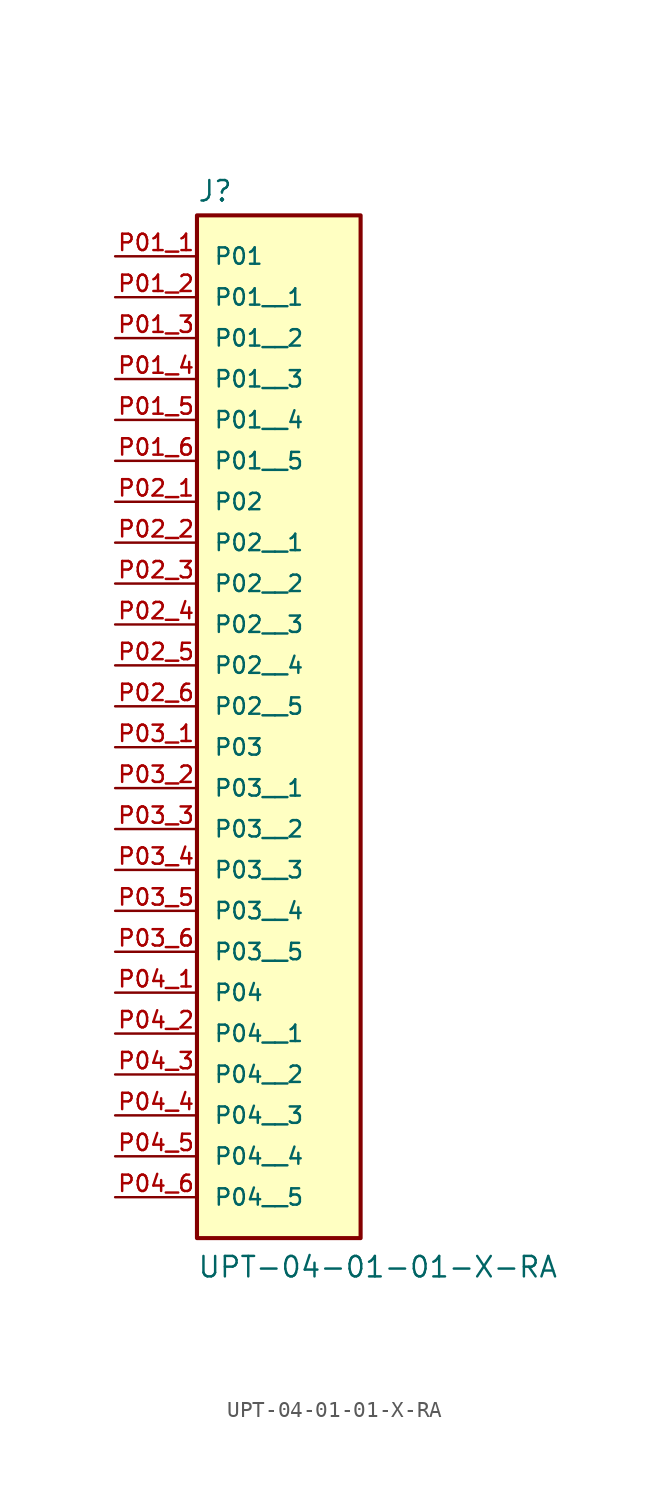
<source format=kicad_sym>
(kicad_symbol_lib
  (version 20211014)
  (generator kicad_symbol_editor)
  (symbol "UPT-04-01-01-X-RA"
    (pin_names
      (offset 1.016))
    (property "Reference" "J"
      (at -5.08 5.842 0)
      (effects (font (size 1.27 1.27)) (justify bottom left)))
    (property "Value" "UPT-04-01-01-X-RA"
      (at -5.08 -60.96 0)
      (effects (font (size 1.27 1.27)) (justify bottom left)))
    (symbol "UPT-04-01-01-X-RA_0_0"
      (rectangle (start -5.08 -58.42) (end 5.08 5.08) (stroke (width 0.254)) (fill (type background)))
      (pin passive line (at -10.16 2.54 0) (length 5.08) (name "P01" (effects (font (size 1.016 1.016)))) (number "P01_1" (effects (font (size 1.016 1.016)))))
      (pin passive line (at -10.16 -12.7 0) (length 5.08) (name "P02" (effects (font (size 1.016 1.016)))) (number "P02_1" (effects (font (size 1.016 1.016)))))
      (pin passive line (at -10.16 -27.94 0) (length 5.08) (name "P03" (effects (font (size 1.016 1.016)))) (number "P03_1" (effects (font (size 1.016 1.016)))))
      (pin passive line (at -10.16 -43.18 0) (length 5.08) (name "P04" (effects (font (size 1.016 1.016)))) (number "P04_1" (effects (font (size 1.016 1.016)))))
      (pin passive line (at -10.16 0.0 0) (length 5.08) (name "P01__1" (effects (font (size 1.016 1.016)))) (number "P01_2" (effects (font (size 1.016 1.016)))))
      (pin passive line (at -10.16 -2.54 0) (length 5.08) (name "P01__2" (effects (font (size 1.016 1.016)))) (number "P01_3" (effects (font (size 1.016 1.016)))))
      (pin passive line (at -10.16 -5.08 0) (length 5.08) (name "P01__3" (effects (font (size 1.016 1.016)))) (number "P01_4" (effects (font (size 1.016 1.016)))))
      (pin passive line (at -10.16 -7.62 0) (length 5.08) (name "P01__4" (effects (font (size 1.016 1.016)))) (number "P01_5" (effects (font (size 1.016 1.016)))))
      (pin passive line (at -10.16 -10.16 0) (length 5.08) (name "P01__5" (effects (font (size 1.016 1.016)))) (number "P01_6" (effects (font (size 1.016 1.016)))))
      (pin passive line (at -10.16 -15.24 0) (length 5.08) (name "P02__1" (effects (font (size 1.016 1.016)))) (number "P02_2" (effects (font (size 1.016 1.016)))))
      (pin passive line (at -10.16 -17.78 0) (length 5.08) (name "P02__2" (effects (font (size 1.016 1.016)))) (number "P02_3" (effects (font (size 1.016 1.016)))))
      (pin passive line (at -10.16 -20.32 0) (length 5.08) (name "P02__3" (effects (font (size 1.016 1.016)))) (number "P02_4" (effects (font (size 1.016 1.016)))))
      (pin passive line (at -10.16 -22.86 0) (length 5.08) (name "P02__4" (effects (font (size 1.016 1.016)))) (number "P02_5" (effects (font (size 1.016 1.016)))))
      (pin passive line (at -10.16 -25.4 0) (length 5.08) (name "P02__5" (effects (font (size 1.016 1.016)))) (number "P02_6" (effects (font (size 1.016 1.016)))))
      (pin passive line (at -10.16 -30.48 0) (length 5.08) (name "P03__1" (effects (font (size 1.016 1.016)))) (number "P03_2" (effects (font (size 1.016 1.016)))))
      (pin passive line (at -10.16 -33.02 0) (length 5.08) (name "P03__2" (effects (font (size 1.016 1.016)))) (number "P03_3" (effects (font (size 1.016 1.016)))))
      (pin passive line (at -10.16 -35.56 0) (length 5.08) (name "P03__3" (effects (font (size 1.016 1.016)))) (number "P03_4" (effects (font (size 1.016 1.016)))))
      (pin passive line (at -10.16 -38.1 0) (length 5.08) (name "P03__4" (effects (font (size 1.016 1.016)))) (number "P03_5" (effects (font (size 1.016 1.016)))))
      (pin passive line (at -10.16 -40.64 0) (length 5.08) (name "P03__5" (effects (font (size 1.016 1.016)))) (number "P03_6" (effects (font (size 1.016 1.016)))))
      (pin passive line (at -10.16 -45.72 0) (length 5.08) (name "P04__1" (effects (font (size 1.016 1.016)))) (number "P04_2" (effects (font (size 1.016 1.016)))))
      (pin passive line (at -10.16 -48.26 0) (length 5.08) (name "P04__2" (effects (font (size 1.016 1.016)))) (number "P04_3" (effects (font (size 1.016 1.016)))))
      (pin passive line (at -10.16 -50.8 0) (length 5.08) (name "P04__3" (effects (font (size 1.016 1.016)))) (number "P04_4" (effects (font (size 1.016 1.016)))))
      (pin passive line (at -10.16 -53.34 0) (length 5.08) (name "P04__4" (effects (font (size 1.016 1.016)))) (number "P04_5" (effects (font (size 1.016 1.016)))))
      (pin passive line (at -10.16 -55.88 0) (length 5.08) (name "P04__5" (effects (font (size 1.016 1.016)))) (number "P04_6" (effects (font (size 1.016 1.016))))))))
</source>
